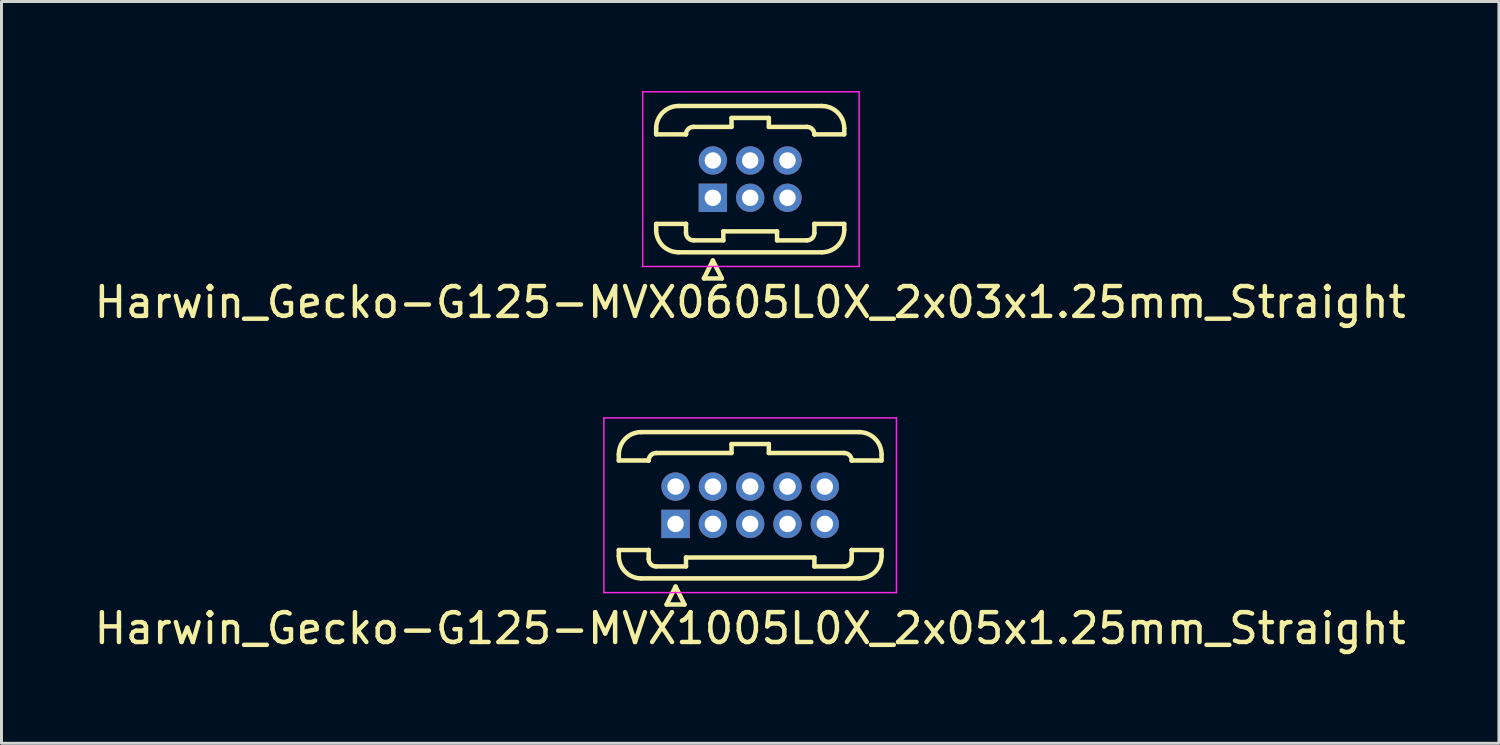
<source format=kicad_pcb>
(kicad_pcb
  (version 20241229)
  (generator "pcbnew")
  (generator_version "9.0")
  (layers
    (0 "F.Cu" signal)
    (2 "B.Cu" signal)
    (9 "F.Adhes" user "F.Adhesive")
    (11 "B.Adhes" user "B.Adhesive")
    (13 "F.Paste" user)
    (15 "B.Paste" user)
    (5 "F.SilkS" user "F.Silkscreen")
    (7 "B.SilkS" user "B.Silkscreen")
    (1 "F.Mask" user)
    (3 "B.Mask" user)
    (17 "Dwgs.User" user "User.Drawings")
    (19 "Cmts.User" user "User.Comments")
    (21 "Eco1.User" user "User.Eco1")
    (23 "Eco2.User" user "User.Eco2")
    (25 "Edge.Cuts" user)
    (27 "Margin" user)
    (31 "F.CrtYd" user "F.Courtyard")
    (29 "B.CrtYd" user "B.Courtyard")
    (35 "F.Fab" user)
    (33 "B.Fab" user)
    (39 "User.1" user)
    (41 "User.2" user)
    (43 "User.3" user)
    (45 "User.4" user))
  (footprint "Harwin_Gecko-G125-MVX1005L0X_2x05x1.25mm_Straight"
    (layer "F.Cu")
    (at 19.577 14.498)
    (property "Reference" "Harwin_Gecko-G125-MVX1005L0X_2x05x1.25mm_Straight" (at 2.5 3.5 0) (layer "F.SilkS") (effects (font (size 1 1) (thickness 0.15))))
    (attr through_hole)
    (fp_line (start -1.9 -2.325) (end -1.9 -2.125) (stroke (width 0.15) (type solid)) (layer "F.SilkS"))
    (fp_line (start -1.9 -2.125) (end -0.9 -2.125) (stroke (width 0.15) (type solid)) (layer "F.SilkS"))
    (fp_line (start -1.9 0.875) (end -0.9 0.875) (stroke (width 0.15) (type solid)) (layer "F.SilkS"))
    (fp_line (start -1.9 1.075) (end -1.9 0.875) (stroke (width 0.15) (type solid)) (layer "F.SilkS"))
    (fp_line (start -1.15 -3.075) (end 6.15 -3.075) (stroke (width 0.15) (type solid)) (layer "F.SilkS"))
    (fp_line (start -1.15 1.825) (end 6.15 1.825) (stroke (width 0.15) (type solid)) (layer "F.SilkS"))
    (fp_line (start -0.9 -2.125) (end -0.9 -2.125) (stroke (width 0.15) (type solid)) (layer "F.SilkS"))
    (fp_line (start -0.9 0.875) (end -0.9 0.875) (stroke (width 0.15) (type solid)) (layer "F.SilkS"))
    (fp_line (start -0.9 1.175) (end -0.9 0.875) (stroke (width 0.15) (type solid)) (layer "F.SilkS"))
    (fp_line (start -0.65 -2.375) (end 1.875 -2.375) (stroke (width 0.15) (type solid)) (layer "F.SilkS"))
    (fp_line (start -0.65 1.425) (end 0.35 1.425) (stroke (width 0.15) (type solid)) (layer "F.SilkS"))
    (fp_line (start -0.3 2.7) (end 0.3 2.7) (stroke (width 0.15) (type solid)) (layer "F.SilkS"))
    (fp_line (start 0 2.1) (end -0.3 2.7) (stroke (width 0.15) (type solid)) (layer "F.SilkS"))
    (fp_line (start 0.3 2.7) (end 0 2.1) (stroke (width 0.15) (type solid)) (layer "F.SilkS"))
    (fp_line (start 0.35 1.125) (end 4.65 1.125) (stroke (width 0.15) (type solid)) (layer "F.SilkS"))
    (fp_line (start 0.35 1.425) (end 0.35 1.125) (stroke (width 0.15) (type solid)) (layer "F.SilkS"))
    (fp_line (start 1.875 -2.675) (end 3.125 -2.675) (stroke (width 0.15) (type solid)) (layer "F.SilkS"))
    (fp_line (start 1.875 -2.375) (end 1.875 -2.675) (stroke (width 0.15) (type solid)) (layer "F.SilkS"))
    (fp_line (start 3.125 -2.675) (end 3.125 -2.375) (stroke (width 0.15) (type solid)) (layer "F.SilkS"))
    (fp_line (start 3.125 -2.375) (end 5.65 -2.375) (stroke (width 0.15) (type solid)) (layer "F.SilkS"))
    (fp_line (start 4.65 1.125) (end 4.65 1.425) (stroke (width 0.15) (type solid)) (layer "F.SilkS"))
    (fp_line (start 4.65 1.425) (end 5.65 1.425) (stroke (width 0.15) (type solid)) (layer "F.SilkS"))
    (fp_line (start 5.9 -2.125) (end 5.9 -2.125) (stroke (width 0.15) (type solid)) (layer "F.SilkS"))
    (fp_line (start 5.9 0.875) (end 5.9 0.875) (stroke (width 0.15) (type solid)) (layer "F.SilkS"))
    (fp_line (start 5.9 1.175) (end 5.9 0.875) (stroke (width 0.15) (type solid)) (layer "F.SilkS"))
    (fp_line (start 6.9 -2.325) (end 6.9 -2.125) (stroke (width 0.15) (type solid)) (layer "F.SilkS"))
    (fp_line (start 6.9 -2.125) (end 5.9 -2.125) (stroke (width 0.15) (type solid)) (layer "F.SilkS"))
    (fp_line (start 6.9 0.875) (end 5.9 0.875) (stroke (width 0.15) (type solid)) (layer "F.SilkS"))
    (fp_line (start 6.9 1.075) (end 6.9 0.875) (stroke (width 0.15) (type solid)) (layer "F.SilkS"))
    (fp_arc (start -1.9 -2.325) (mid -1.68033 -2.85533) (end -1.15 -3.075) (stroke (width 0.15) (type solid)) (layer "F.SilkS"))
    (fp_arc (start -1.15 1.825) (mid -1.68033 1.60533) (end -1.9 1.075) (stroke (width 0.15) (type solid)) (layer "F.SilkS"))
    (fp_arc (start -0.9 -2.125) (mid -0.826777 -2.301777) (end -0.65 -2.375) (stroke (width 0.15) (type solid)) (layer "F.SilkS"))
    (fp_arc (start -0.65 1.425) (mid -0.826777 1.351777) (end -0.9 1.175) (stroke (width 0.15) (type solid)) (layer "F.SilkS"))
    (fp_arc (start 5.65 -2.375) (mid 5.826777 -2.301777) (end 5.9 -2.125) (stroke (width 0.15) (type solid)) (layer "F.SilkS"))
    (fp_arc (start 5.9 1.175) (mid 5.826777 1.351777) (end 5.65 1.425) (stroke (width 0.15) (type solid)) (layer "F.SilkS"))
    (fp_arc (start 6.15 -3.075) (mid 6.68033 -2.85533) (end 6.9 -2.325) (stroke (width 0.15) (type solid)) (layer "F.SilkS"))
    (fp_arc (start 6.9 1.075) (mid 6.68033 1.60533) (end 6.15 1.825) (stroke (width 0.15) (type solid)) (layer "F.SilkS"))
    (fp_line (start -2.4 -3.55) (end -2.4 2.3) (stroke (width 0.05) (type solid)) (layer "F.CrtYd"))
    (fp_line (start -2.4 2.3) (end 7.4 2.3) (stroke (width 0.05) (type solid)) (layer "F.CrtYd"))
    (fp_line (start 7.4 -3.55) (end -2.4 -3.55) (stroke (width 0.05) (type solid)) (layer "F.CrtYd"))
    (fp_line (start 7.4 2.3) (end 7.4 -3.55) (stroke (width 0.05) (type solid)) (layer "F.CrtYd"))
    (pad "1" thru_hole rect (at 0 0) (size 0.95 0.95) (drill 0.55) (layers "*.Cu" "*.Mask"))
    (pad "2" thru_hole circle (at 0 -1.25) (size 0.95 0.95) (drill 0.55) (layers "*.Cu" "*.Mask"))
    (pad "3" thru_hole circle (at 1.25 0) (size 0.95 0.95) (drill 0.55) (layers "*.Cu" "*.Mask"))
    (pad "4" thru_hole circle (at 1.25 -1.25) (size 0.95 0.95) (drill 0.55) (layers "*.Cu" "*.Mask"))
    (pad "5" thru_hole circle (at 2.5 0) (size 0.95 0.95) (drill 0.55) (layers "*.Cu" "*.Mask"))
    (pad "6" thru_hole circle (at 2.5 -1.25) (size 0.95 0.95) (drill 0.55) (layers "*.Cu" "*.Mask"))
    (pad "7" thru_hole circle (at 3.75 0) (size 0.95 0.95) (drill 0.55) (layers "*.Cu" "*.Mask"))
    (pad "8" thru_hole circle (at 3.75 -1.25) (size 0.95 0.95) (drill 0.55) (layers "*.Cu" "*.Mask"))
    (pad "9" thru_hole circle (at 5 0) (size 0.95 0.95) (drill 0.55) (layers "*.Cu" "*.Mask"))
    (pad "10" thru_hole circle (at 5 -1.25) (size 0.95 0.95) (drill 0.55) (layers "*.Cu" "*.Mask")))
  (footprint "Harwin_Gecko-G125-MVX0605L0X_2x03x1.25mm_Straight"
    (layer "F.Cu")
    (at 20.827 3.575)
    (property "Reference" "Harwin_Gecko-G125-MVX0605L0X_2x03x1.25mm_Straight" (at 1.25 3.5 0) (layer "F.SilkS") (effects (font (size 1 1) (thickness 0.15))))
    (attr through_hole)
    (fp_line (start -1.9 -2.325) (end -1.9 -2.125) (stroke (width 0.15) (type solid)) (layer "F.SilkS"))
    (fp_line (start -1.9 -2.125) (end -0.9 -2.125) (stroke (width 0.15) (type solid)) (layer "F.SilkS"))
    (fp_line (start -1.9 0.875) (end -0.9 0.875) (stroke (width 0.15) (type solid)) (layer "F.SilkS"))
    (fp_line (start -1.9 1.075) (end -1.9 0.875) (stroke (width 0.15) (type solid)) (layer "F.SilkS"))
    (fp_line (start -1.15 -3.075) (end 3.65 -3.075) (stroke (width 0.15) (type solid)) (layer "F.SilkS"))
    (fp_line (start -1.15 1.825) (end 3.65 1.825) (stroke (width 0.15) (type solid)) (layer "F.SilkS"))
    (fp_line (start -0.9 -2.125) (end -0.9 -2.125) (stroke (width 0.15) (type solid)) (layer "F.SilkS"))
    (fp_line (start -0.9 0.875) (end -0.9 0.875) (stroke (width 0.15) (type solid)) (layer "F.SilkS"))
    (fp_line (start -0.9 1.175) (end -0.9 0.875) (stroke (width 0.15) (type solid)) (layer "F.SilkS"))
    (fp_line (start -0.65 -2.375) (end 0.625 -2.375) (stroke (width 0.15) (type solid)) (layer "F.SilkS"))
    (fp_line (start -0.65 1.425) (end 0.35 1.425) (stroke (width 0.15) (type solid)) (layer "F.SilkS"))
    (fp_line (start -0.3 2.7) (end 0.3 2.7) (stroke (width 0.15) (type solid)) (layer "F.SilkS"))
    (fp_line (start 0 2.1) (end -0.3 2.7) (stroke (width 0.15) (type solid)) (layer "F.SilkS"))
    (fp_line (start 0.3 2.7) (end 0 2.1) (stroke (width 0.15) (type solid)) (layer "F.SilkS"))
    (fp_line (start 0.35 1.125) (end 2.15 1.125) (stroke (width 0.15) (type solid)) (layer "F.SilkS"))
    (fp_line (start 0.35 1.425) (end 0.35 1.125) (stroke (width 0.15) (type solid)) (layer "F.SilkS"))
    (fp_line (start 0.625 -2.675) (end 1.875 -2.675) (stroke (width 0.15) (type solid)) (layer "F.SilkS"))
    (fp_line (start 0.625 -2.375) (end 0.625 -2.675) (stroke (width 0.15) (type solid)) (layer "F.SilkS"))
    (fp_line (start 1.875 -2.675) (end 1.875 -2.375) (stroke (width 0.15) (type solid)) (layer "F.SilkS"))
    (fp_line (start 1.875 -2.375) (end 3.15 -2.375) (stroke (width 0.15) (type solid)) (layer "F.SilkS"))
    (fp_line (start 2.15 1.125) (end 2.15 1.425) (stroke (width 0.15) (type solid)) (layer "F.SilkS"))
    (fp_line (start 2.15 1.425) (end 3.15 1.425) (stroke (width 0.15) (type solid)) (layer "F.SilkS"))
    (fp_line (start 3.4 -2.125) (end 3.4 -2.125) (stroke (width 0.15) (type solid)) (layer "F.SilkS"))
    (fp_line (start 3.4 0.875) (end 3.4 0.875) (stroke (width 0.15) (type solid)) (layer "F.SilkS"))
    (fp_line (start 3.4 1.175) (end 3.4 0.875) (stroke (width 0.15) (type solid)) (layer "F.SilkS"))
    (fp_line (start 4.4 -2.325) (end 4.4 -2.125) (stroke (width 0.15) (type solid)) (layer "F.SilkS"))
    (fp_line (start 4.4 -2.125) (end 3.4 -2.125) (stroke (width 0.15) (type solid)) (layer "F.SilkS"))
    (fp_line (start 4.4 0.875) (end 3.4 0.875) (stroke (width 0.15) (type solid)) (layer "F.SilkS"))
    (fp_line (start 4.4 1.075) (end 4.4 0.875) (stroke (width 0.15) (type solid)) (layer "F.SilkS"))
    (fp_arc (start -1.9 -2.325) (mid -1.68033 -2.85533) (end -1.15 -3.075) (stroke (width 0.15) (type solid)) (layer "F.SilkS"))
    (fp_arc (start -1.15 1.825) (mid -1.68033 1.60533) (end -1.9 1.075) (stroke (width 0.15) (type solid)) (layer "F.SilkS"))
    (fp_arc (start -0.9 -2.125) (mid -0.826777 -2.301777) (end -0.65 -2.375) (stroke (width 0.15) (type solid)) (layer "F.SilkS"))
    (fp_arc (start -0.65 1.425) (mid -0.826777 1.351777) (end -0.9 1.175) (stroke (width 0.15) (type solid)) (layer "F.SilkS"))
    (fp_arc (start 3.15 -2.375) (mid 3.326777 -2.301777) (end 3.4 -2.125) (stroke (width 0.15) (type solid)) (layer "F.SilkS"))
    (fp_arc (start 3.4 1.175) (mid 3.326777 1.351777) (end 3.15 1.425) (stroke (width 0.15) (type solid)) (layer "F.SilkS"))
    (fp_arc (start 3.65 -3.075) (mid 4.18033 -2.85533) (end 4.4 -2.325) (stroke (width 0.15) (type solid)) (layer "F.SilkS"))
    (fp_arc (start 4.4 1.075) (mid 4.18033 1.60533) (end 3.65 1.825) (stroke (width 0.15) (type solid)) (layer "F.SilkS"))
    (fp_line (start -2.35 -3.55) (end -2.35 2.3) (stroke (width 0.05) (type solid)) (layer "F.CrtYd"))
    (fp_line (start -2.35 2.3) (end 4.9 2.3) (stroke (width 0.05) (type solid)) (layer "F.CrtYd"))
    (fp_line (start 4.9 -3.55) (end -2.35 -3.55) (stroke (width 0.05) (type solid)) (layer "F.CrtYd"))
    (fp_line (start 4.9 2.3) (end 4.9 -3.55) (stroke (width 0.05) (type solid)) (layer "F.CrtYd"))
    (pad "1" thru_hole rect (at 0 0) (size 0.95 0.95) (drill 0.55) (layers "*.Cu" "*.Mask"))
    (pad "2" thru_hole circle (at 0 -1.25) (size 0.95 0.95) (drill 0.55) (layers "*.Cu" "*.Mask"))
    (pad "3" thru_hole circle (at 1.25 0) (size 0.95 0.95) (drill 0.55) (layers "*.Cu" "*.Mask"))
    (pad "4" thru_hole circle (at 1.25 -1.25) (size 0.95 0.95) (drill 0.55) (layers "*.Cu" "*.Mask"))
    (pad "5" thru_hole circle (at 2.5 0) (size 0.95 0.95) (drill 0.55) (layers "*.Cu" "*.Mask"))
    (pad "6" thru_hole circle (at 2.5 -1.25) (size 0.95 0.95) (drill 0.55) (layers "*.Cu" "*.Mask")))
  (gr_rect
    (start -3 -3)
    (end 47.155 21.846)
    (stroke (width 0.1) (type default))
    (fill no)
    (layer "Edge.Cuts")))
</source>
